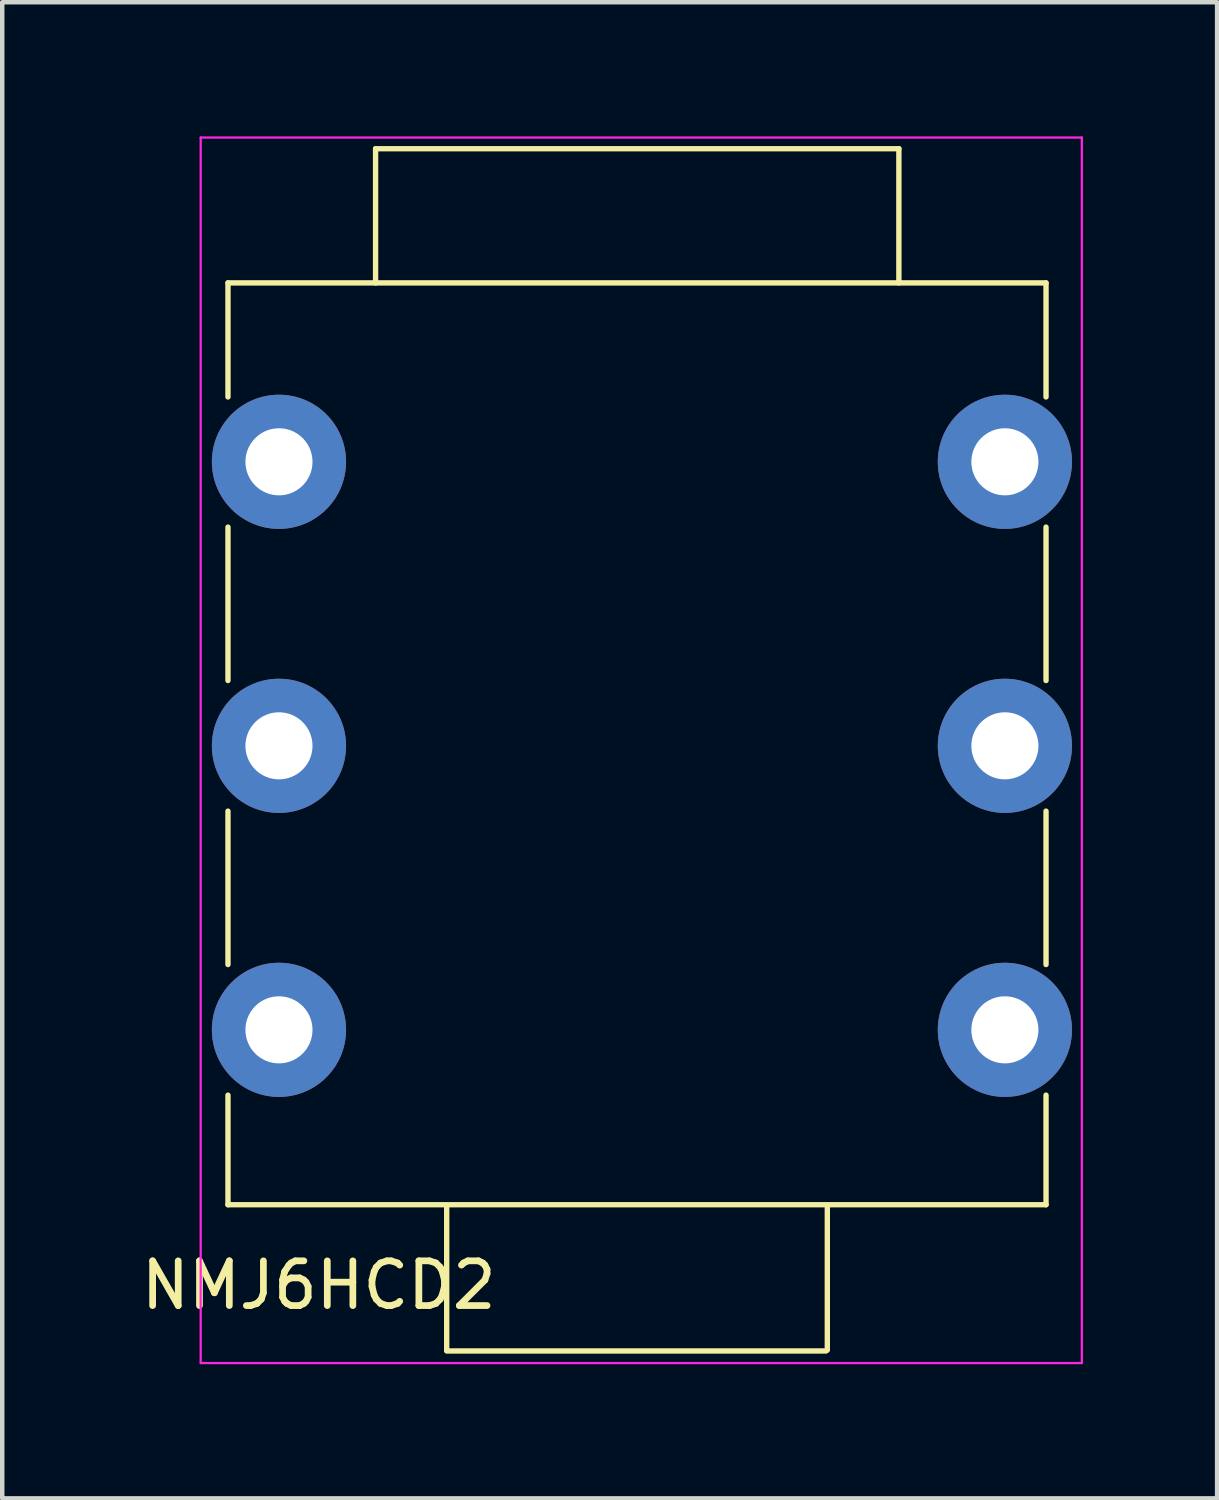
<source format=kicad_pcb>
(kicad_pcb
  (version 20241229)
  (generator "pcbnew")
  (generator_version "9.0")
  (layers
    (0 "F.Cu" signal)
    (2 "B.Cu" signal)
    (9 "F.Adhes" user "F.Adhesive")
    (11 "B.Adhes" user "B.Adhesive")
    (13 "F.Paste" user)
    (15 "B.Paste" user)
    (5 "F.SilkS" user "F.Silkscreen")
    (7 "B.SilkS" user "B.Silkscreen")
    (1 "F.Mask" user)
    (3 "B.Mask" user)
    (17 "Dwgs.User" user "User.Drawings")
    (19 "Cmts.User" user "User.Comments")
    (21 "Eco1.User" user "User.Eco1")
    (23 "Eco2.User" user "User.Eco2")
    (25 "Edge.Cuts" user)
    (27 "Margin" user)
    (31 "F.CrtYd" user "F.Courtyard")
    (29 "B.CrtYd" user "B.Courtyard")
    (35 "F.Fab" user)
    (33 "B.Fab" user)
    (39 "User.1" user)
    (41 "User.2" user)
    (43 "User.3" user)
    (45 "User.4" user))
  (footprint "NMJ6HCD2"
    (layer "F.Cu")
    (at 3.187 7.275)
    (property "Reference" "NMJ6HCD2" (at 0.89 18.41 0) (layer "F.SilkS") (effects (font (size 1 1) (thickness 0.15))))
    (attr through_hole)
    (fp_line (start -1.14 -4) (end 17.15 -4) (stroke (width 0.12) (type solid)) (layer "F.SilkS"))
    (fp_line (start -1.14 -1.45) (end -1.14 -4) (stroke (width 0.12) (type solid)) (layer "F.SilkS"))
    (fp_line (start -1.14 4.89) (end -1.14 1.46) (stroke (width 0.12) (type solid)) (layer "F.SilkS"))
    (fp_line (start -1.14 11.24) (end -1.14 7.81) (stroke (width 0.12) (type solid)) (layer "F.SilkS"))
    (fp_line (start -1.14 16.61) (end -1.14 14.16) (stroke (width 0.12) (type solid)) (layer "F.SilkS"))
    (fp_line (start -1.14 16.61) (end 17.15 16.61) (stroke (width 0.12) (type solid)) (layer "F.SilkS"))
    (fp_line (start 2.16 -7) (end 2.16 -4) (stroke (width 0.12) (type solid)) (layer "F.SilkS"))
    (fp_line (start 2.16 -7) (end 13.86 -7) (stroke (width 0.12) (type solid)) (layer "F.SilkS"))
    (fp_line (start 3.75 16.64) (end 3.75 19.86) (stroke (width 0.12) (type solid)) (layer "F.SilkS"))
    (fp_line (start 3.75 19.88) (end 12.23 19.88) (stroke (width 0.12) (type solid)) (layer "F.SilkS"))
    (fp_line (start 12.26 16.64) (end 12.26 19.86) (stroke (width 0.12) (type solid)) (layer "F.SilkS"))
    (fp_line (start 13.86 -7) (end 13.86 -4) (stroke (width 0.12) (type solid)) (layer "F.SilkS"))
    (fp_line (start 17.15 -4) (end 17.15 -1.45) (stroke (width 0.12) (type solid)) (layer "F.SilkS"))
    (fp_line (start 17.15 1.46) (end 17.15 4.89) (stroke (width 0.12) (type solid)) (layer "F.SilkS"))
    (fp_line (start 17.15 7.81) (end 17.15 11.24) (stroke (width 0.12) (type solid)) (layer "F.SilkS"))
    (fp_line (start 17.15 16.61) (end 17.15 14.16) (stroke (width 0.12) (type solid)) (layer "F.SilkS"))
    (fp_line (start -1.75 -7.25) (end -1.75 20.15) (stroke (width 0.05) (type solid)) (layer "F.CrtYd"))
    (fp_line (start -1.75 -7.25) (end 17.95 -7.25) (stroke (width 0.05) (type solid)) (layer "F.CrtYd"))
    (fp_line (start -1.75 20.15) (end 17.95 20.15) (stroke (width 0.05) (type solid)) (layer "F.CrtYd"))
    (fp_line (start 17.95 20.15) (end 17.95 -7.25) (stroke (width 0.05) (type solid)) (layer "F.CrtYd"))
    (pad "1" thru_hole circle (at 0 12.7) (size 3 3) (drill 1.5) (layers "*.Cu" "*.Mask"))
    (pad "2" thru_hole circle (at 0 6.35) (size 3 3) (drill 1.5) (layers "*.Cu" "*.Mask"))
    (pad "3" thru_hole circle (at 0 0) (size 3 3) (drill 1.5) (layers "*.Cu" "*.Mask"))
    (pad "4" thru_hole circle (at 16.23 12.7) (size 3 3) (drill 1.5) (layers "*.Cu" "*.Mask"))
    (pad "5" thru_hole circle (at 16.23 6.35) (size 3 3) (drill 1.5) (layers "*.Cu" "*.Mask"))
    (pad "6" thru_hole circle (at 16.23 0) (size 3 3) (drill 1.5) (layers "*.Cu" "*.Mask")))
  (gr_rect
    (start -3 -3)
    (end 24.162 30.45)
    (stroke (width 0.1) (type default))
    (fill no)
    (layer "Edge.Cuts")))
</source>
